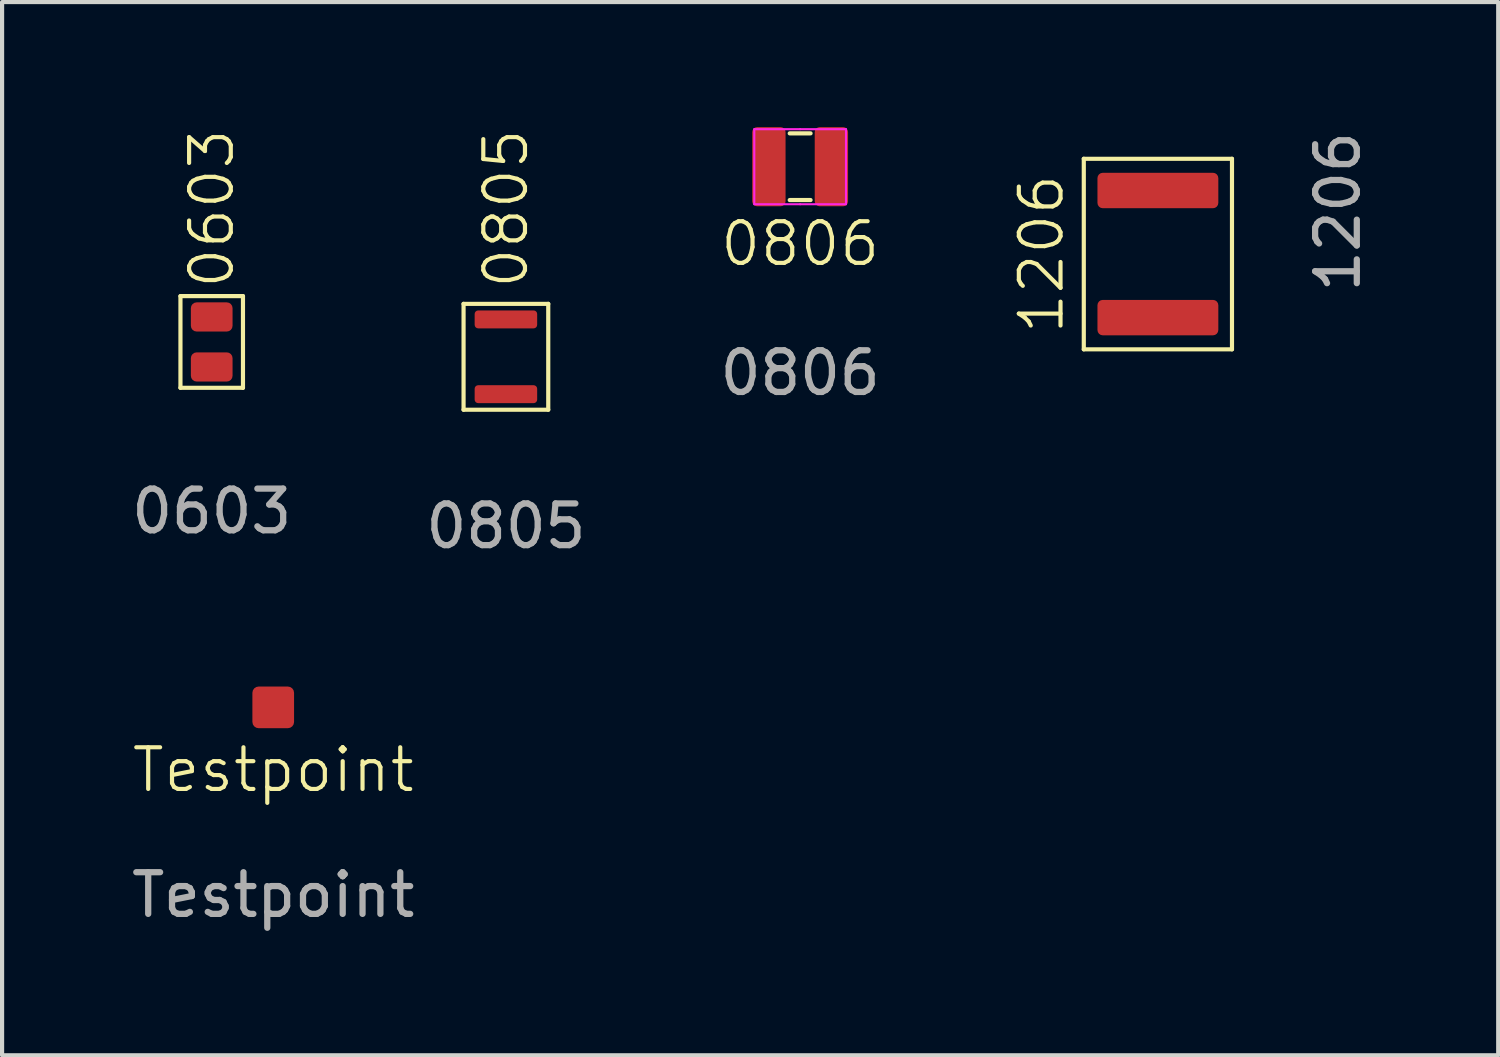
<source format=kicad_pcb>
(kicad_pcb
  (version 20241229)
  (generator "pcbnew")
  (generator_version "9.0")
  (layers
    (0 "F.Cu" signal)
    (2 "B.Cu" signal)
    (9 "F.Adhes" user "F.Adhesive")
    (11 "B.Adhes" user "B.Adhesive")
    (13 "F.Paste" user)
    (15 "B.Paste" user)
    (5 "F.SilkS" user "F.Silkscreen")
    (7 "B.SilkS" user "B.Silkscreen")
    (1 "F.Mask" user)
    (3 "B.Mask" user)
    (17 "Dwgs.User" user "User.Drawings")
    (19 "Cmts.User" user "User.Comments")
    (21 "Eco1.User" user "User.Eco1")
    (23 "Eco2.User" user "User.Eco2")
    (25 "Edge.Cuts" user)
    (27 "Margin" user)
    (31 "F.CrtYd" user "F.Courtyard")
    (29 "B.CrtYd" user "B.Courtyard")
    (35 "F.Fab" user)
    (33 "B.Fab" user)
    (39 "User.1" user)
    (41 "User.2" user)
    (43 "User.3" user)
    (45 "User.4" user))
  (footprint "0806"
    (layer "F.Cu")
    (at 16.149 0.95)
    (property "Reference" "0806" (at 0 1.85 0) (unlocked yes) (layer "F.SilkS") (effects (font (size 1 1) (thickness 0.1))))
    (attr smd)
    (fp_line (start -0.25 -0.8) (end 0.25 -0.8) (stroke (width 0.1) (type default)) (layer "F.SilkS"))
    (fp_line (start -0.25 0.8) (end 0.25 0.8) (stroke (width 0.1) (type default)) (layer "F.SilkS"))
    (fp_line (start -1.1 0.9) (end -1.1 -0.9) (stroke (width 0.05) (type default)) (layer "F.CrtYd"))
    (fp_line (start 0 -0.9) (end -1.1 -0.9) (stroke (width 0.05) (type solid)) (layer "F.CrtYd"))
    (fp_line (start 0 -0.9) (end 1.1 -0.9) (stroke (width 0.05) (type solid)) (layer "F.CrtYd"))
    (fp_line (start 0 0.9) (end -1.1 0.9) (stroke (width 0.05) (type solid)) (layer "F.CrtYd"))
    (fp_line (start 0 0.9) (end 1.1 0.9) (stroke (width 0.05) (type solid)) (layer "F.CrtYd"))
    (fp_line (start 1.1 -0.9) (end 1.1 0.9) (stroke (width 0.05) (type default)) (layer "F.CrtYd"))
    (fp_text user "${REFERENCE}" (at 0 4.95 0) (unlocked yes) (layer "F.Fab") (effects (font (size 1 1) (thickness 0.15))))
    (pad "1" smd roundrect (at -0.75 0) (size 0.8 1.9) (layers "F.Cu" "F.Mask" "F.Paste") (roundrect_rratio 0.15))
    (pad "2" smd roundrect (at 0.75 0) (size 0.8 1.9) (layers "F.Cu" "F.Mask" "F.Paste") (roundrect_rratio 0.15)))
  (footprint "0805"
    (layer "F.Cu")
    (at 9.089 5.511)
    (property "Reference" "0805" (at 0 -3.556 90) (unlocked yes) (layer "F.SilkS") (effects (font (size 1 1) (thickness 0.1))))
    (attr smd)
    (fp_line (start -1.016 -1.27) (end 1.016 -1.27) (stroke (width 0.1) (type default)) (layer "F.SilkS"))
    (fp_line (start -1.016 1.27) (end -1.016 -1.27) (stroke (width 0.1) (type default)) (layer "F.SilkS"))
    (fp_line (start 1.016 -1.27) (end 1.016 1.27) (stroke (width 0.1) (type default)) (layer "F.SilkS"))
    (fp_line (start 1.016 1.27) (end -1.016 1.27) (stroke (width 0.1) (type default)) (layer "F.SilkS"))
    (fp_text user "${REFERENCE}" (at 0 4.064 0) (unlocked yes) (layer "F.Fab") (effects (font (size 1 1) (thickness 0.15))))
    (pad "1" smd roundrect (at 0 0.897) (size 1.5 0.43) (layers "F.Cu" "F.Mask" "F.Paste") (roundrect_rratio 0.197))
    (pad "2" smd roundrect (at 0 -0.897) (size 1.5 0.43) (layers "F.Cu" "F.Mask" "F.Paste") (roundrect_rratio 0.197)))
  (footprint "1206"
    (layer "F.Cu")
    (at 24.733 3.046)
    (property "Reference" "1206" (at -2.794 0 90) (unlocked yes) (layer "F.SilkS") (effects (font (size 1 1) (thickness 0.1))))
    (attr smd)
    (fp_line (start -1.778 -2.286) (end 1.778 -2.286) (stroke (width 0.1) (type default)) (layer "F.SilkS"))
    (fp_line (start -1.778 2.286) (end -1.778 -2.286) (stroke (width 0.1) (type default)) (layer "F.SilkS"))
    (fp_line (start 1.778 -2.286) (end 1.778 2.286) (stroke (width 0.1) (type default)) (layer "F.SilkS"))
    (fp_line (start 1.778 2.286) (end -1.778 2.286) (stroke (width 0.1) (type default)) (layer "F.SilkS"))
    (fp_text user "${REFERENCE}" (at 4.318 -1.016 90) (unlocked yes) (layer "F.Fab") (effects (font (size 1 1) (thickness 0.15))))
    (pad "1" smd roundrect (at 0 1.525) (size 2.9 0.85) (layers "F.Cu" "F.Mask" "F.Paste") (roundrect_rratio 0.15))
    (pad "2" smd roundrect (at 0 -1.525) (size 2.9 0.85) (layers "F.Cu" "F.Mask" "F.Paste") (roundrect_rratio 0.15)))
  (footprint "0603"
    (layer "F.Cu")
    (at 2.03 5.155)
    (property "Reference" "0603" (at 0 -3.2 90) (unlocked yes) (layer "F.SilkS") (effects (font (size 1 1) (thickness 0.1))))
    (attr smd)
    (fp_line (start -0.75 -1.1) (end 0.75 -1.1) (stroke (width 0.1) (type default)) (layer "F.SilkS"))
    (fp_line (start -0.75 1.1) (end -0.75 -1.1) (stroke (width 0.1) (type default)) (layer "F.SilkS"))
    (fp_line (start 0.75 -1.1) (end 0.75 1.1) (stroke (width 0.1) (type default)) (layer "F.SilkS"))
    (fp_line (start 0.75 1.1) (end -0.75 1.1) (stroke (width 0.1) (type default)) (layer "F.SilkS"))
    (fp_text user "${REFERENCE}" (at 0 4.064 0) (unlocked yes) (layer "F.Fab") (effects (font (size 1 1) (thickness 0.15))))
    (pad "1" smd roundrect (at 0 0.6) (size 1 0.7) (layers "F.Cu" "F.Mask" "F.Paste") (roundrect_rratio 0.197))
    (pad "2" smd roundrect (at 0 -0.6) (size 1 0.7) (layers "F.Cu" "F.Mask" "F.Paste") (roundrect_rratio 0.197)))
  (footprint "Testpoint"
    (layer "F.Cu")
    (at 3.506 13.923)
    (property "Reference" "Testpoint" (at 0 1.5 0) (unlocked yes) (layer "F.SilkS") (effects (font (size 1 1) (thickness 0.1))))
    (attr smd)
    (fp_text user "${REFERENCE}" (at 0 4.5 0) (unlocked yes) (layer "F.Fab") (effects (font (size 1 1) (thickness 0.15))))
    (pad "1" smd roundrect (at 0 0) (size 1 1) (layers "F.Cu" "F.Mask" "F.Paste") (roundrect_rratio 0.15)))
  (gr_rect
    (start -3 -3)
    (end 32.899 22.271)
    (stroke (width 0.1) (type default))
    (fill no)
    (layer "Edge.Cuts")))
</source>
